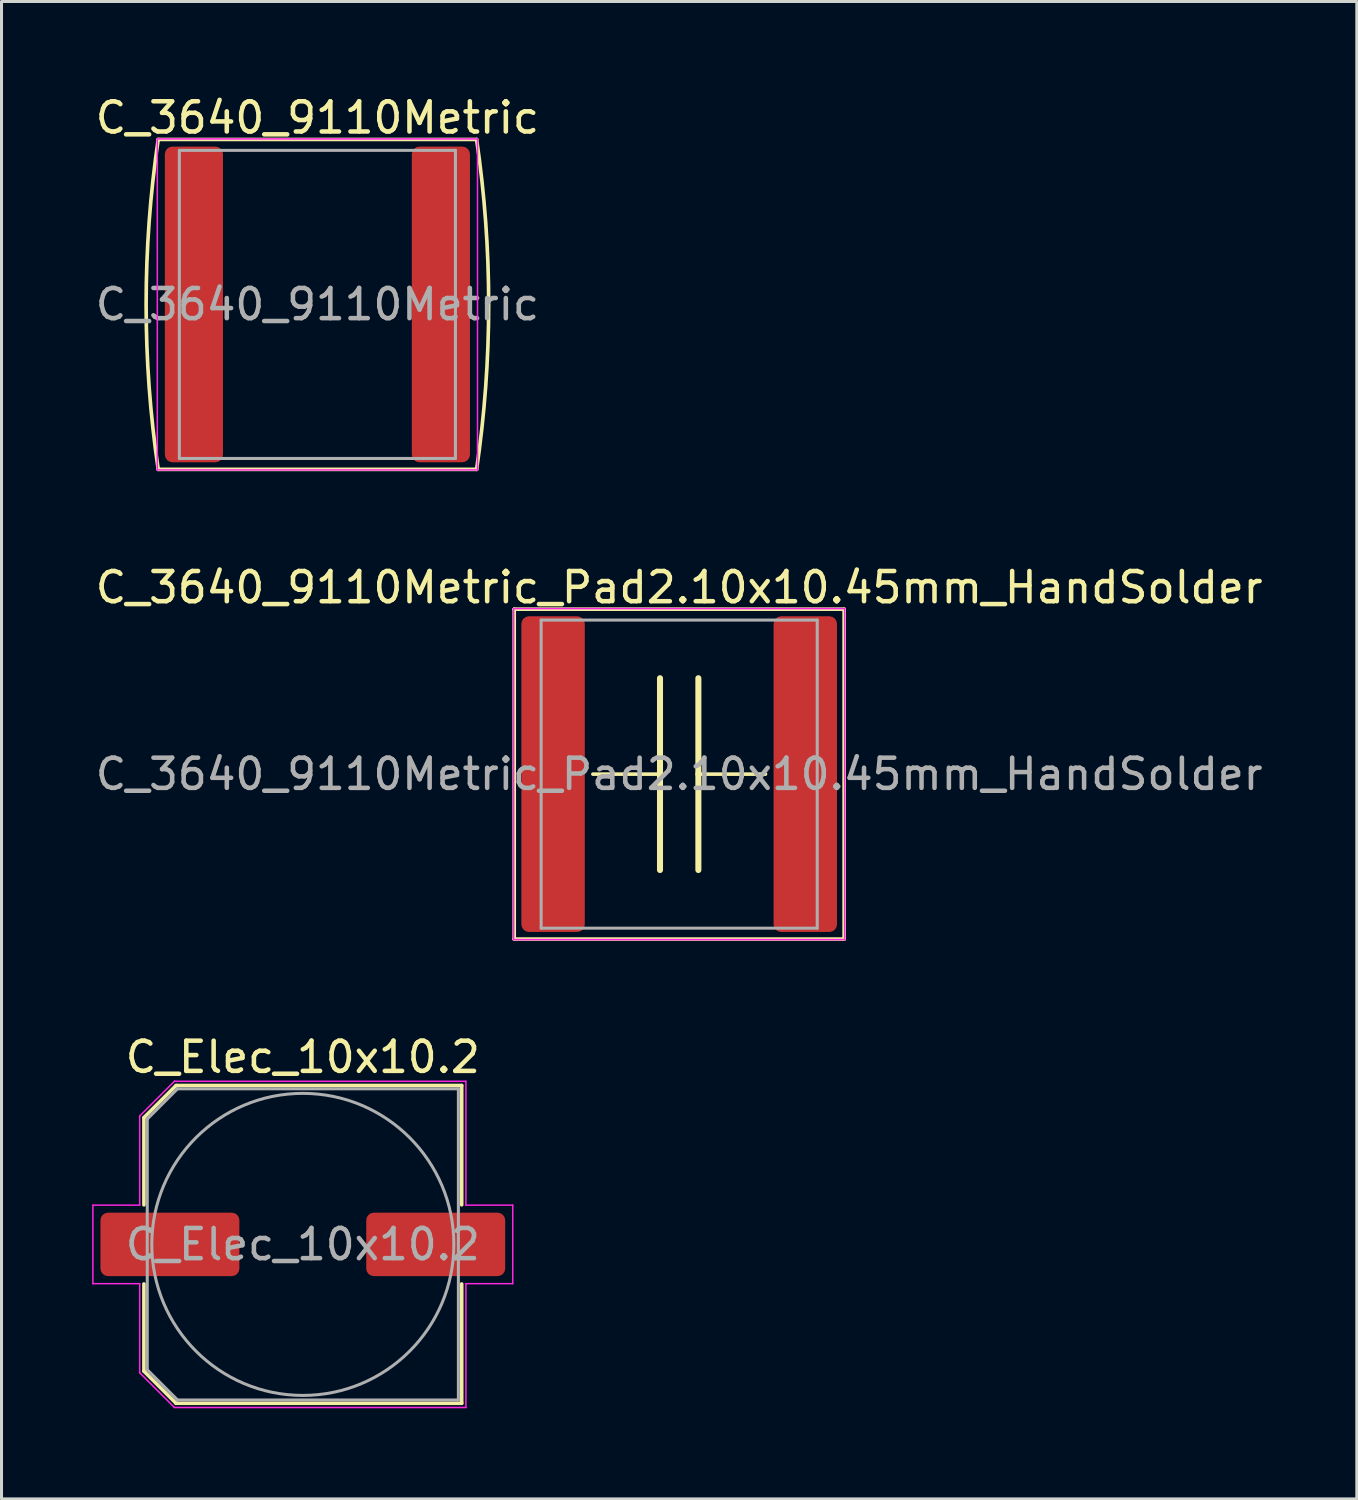
<source format=kicad_pcb>
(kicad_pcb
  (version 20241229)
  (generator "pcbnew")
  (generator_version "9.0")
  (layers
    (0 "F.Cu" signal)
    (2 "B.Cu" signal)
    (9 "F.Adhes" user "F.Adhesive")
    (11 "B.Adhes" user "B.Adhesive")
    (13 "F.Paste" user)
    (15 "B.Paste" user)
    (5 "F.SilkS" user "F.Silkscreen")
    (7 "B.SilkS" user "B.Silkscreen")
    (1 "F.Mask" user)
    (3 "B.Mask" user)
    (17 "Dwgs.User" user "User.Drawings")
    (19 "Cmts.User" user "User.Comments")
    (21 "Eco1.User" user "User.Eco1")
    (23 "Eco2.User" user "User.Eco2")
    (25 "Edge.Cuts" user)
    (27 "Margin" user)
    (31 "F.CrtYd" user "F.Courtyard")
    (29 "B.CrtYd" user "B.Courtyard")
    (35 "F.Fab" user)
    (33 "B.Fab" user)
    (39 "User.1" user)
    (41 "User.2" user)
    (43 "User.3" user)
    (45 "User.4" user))
  (footprint "C_Elec_10x10.2"
    (layer "F.Cu")
    (at 6.975 38.147)
    (property "Reference" "C_Elec_10x10.2" (at 0 -6.2 0) (layer "F.SilkS") (effects (font (size 1 1) (thickness 0.15))))
    (attr smd)
    (fp_line (start -5.26 -4.196) (end -5.26 -1.31) (stroke (width 0.12) (type solid)) (layer "F.SilkS"))
    (fp_line (start -5.26 -4.196) (end -4.196 -5.26) (stroke (width 0.12) (type solid)) (layer "F.SilkS"))
    (fp_line (start -5.26 4.196) (end -5.26 1.31) (stroke (width 0.12) (type solid)) (layer "F.SilkS"))
    (fp_line (start -5.26 4.196) (end -4.196 5.26) (stroke (width 0.12) (type solid)) (layer "F.SilkS"))
    (fp_line (start -4.196 -5.26) (end 5.26 -5.26) (stroke (width 0.12) (type solid)) (layer "F.SilkS"))
    (fp_line (start -4.196 5.26) (end 5.26 5.26) (stroke (width 0.12) (type solid)) (layer "F.SilkS"))
    (fp_line (start 5.26 -5.26) (end 5.26 -1.31) (stroke (width 0.12) (type solid)) (layer "F.SilkS"))
    (fp_line (start 5.26 5.26) (end 5.26 1.31) (stroke (width 0.12) (type solid)) (layer "F.SilkS"))
    (fp_line (start -6.95 -1.3) (end -6.95 1.3) (stroke (width 0.05) (type solid)) (layer "F.CrtYd"))
    (fp_line (start -6.95 1.3) (end -5.4 1.3) (stroke (width 0.05) (type solid)) (layer "F.CrtYd"))
    (fp_line (start -5.4 -4.25) (end -5.4 -1.3) (stroke (width 0.05) (type solid)) (layer "F.CrtYd"))
    (fp_line (start -5.4 -4.25) (end -4.25 -5.4) (stroke (width 0.05) (type solid)) (layer "F.CrtYd"))
    (fp_line (start -5.4 -1.3) (end -6.95 -1.3) (stroke (width 0.05) (type solid)) (layer "F.CrtYd"))
    (fp_line (start -5.4 1.3) (end -5.4 4.25) (stroke (width 0.05) (type solid)) (layer "F.CrtYd"))
    (fp_line (start -5.4 4.25) (end -4.25 5.4) (stroke (width 0.05) (type solid)) (layer "F.CrtYd"))
    (fp_line (start -4.25 -5.4) (end 5.4 -5.4) (stroke (width 0.05) (type solid)) (layer "F.CrtYd"))
    (fp_line (start -4.25 5.4) (end 5.4 5.4) (stroke (width 0.05) (type solid)) (layer "F.CrtYd"))
    (fp_line (start 5.4 -5.4) (end 5.4 -1.3) (stroke (width 0.05) (type solid)) (layer "F.CrtYd"))
    (fp_line (start 5.4 -1.3) (end 6.95 -1.3) (stroke (width 0.05) (type solid)) (layer "F.CrtYd"))
    (fp_line (start 5.4 1.3) (end 5.4 5.4) (stroke (width 0.05) (type solid)) (layer "F.CrtYd"))
    (fp_line (start 6.95 -1.3) (end 6.95 1.3) (stroke (width 0.05) (type solid)) (layer "F.CrtYd"))
    (fp_line (start 6.95 1.3) (end 5.4 1.3) (stroke (width 0.05) (type solid)) (layer "F.CrtYd"))
    (fp_line (start -5.15 -4.15) (end -5.15 4.15) (stroke (width 0.1) (type solid)) (layer "F.Fab"))
    (fp_line (start -5.15 -4.15) (end -4.15 -5.15) (stroke (width 0.1) (type solid)) (layer "F.Fab"))
    (fp_line (start -5.15 4.15) (end -4.15 5.15) (stroke (width 0.1) (type solid)) (layer "F.Fab"))
    (fp_line (start -4.15 -5.15) (end 5.15 -5.15) (stroke (width 0.1) (type solid)) (layer "F.Fab"))
    (fp_line (start -4.15 5.15) (end 5.15 5.15) (stroke (width 0.1) (type solid)) (layer "F.Fab"))
    (fp_line (start 5.15 -5.15) (end 5.15 5.15) (stroke (width 0.1) (type solid)) (layer "F.Fab"))
    (fp_circle (center 0 0) (end 5 0) (stroke (width 0.1) (type solid)) (fill no) (layer "F.Fab"))
    (fp_text user "${REFERENCE}" (at 0 0 0) (layer "F.Fab") (effects (font (size 1 1) (thickness 0.15))))
    (pad "1" smd roundrect (at -4.4 0) (size 4.6 2.1) (layers "F.Cu" "F.Mask" "F.Paste") (roundrect_rratio 0.119))
    (pad "2" smd roundrect (at 4.4 0) (size 4.6 2.1) (layers "F.Cu" "F.Mask" "F.Paste") (roundrect_rratio 0.119)))
  (footprint "C_3640_9110Metric_Pad2.10x10.45mm_HandSolder"
    (layer "F.Cu")
    (at 19.435 22.578)
    (property "Reference" "C_3640_9110Metric_Pad2.10x10.45mm_HandSolder" (at 0 -6.18 0) (layer "F.SilkS") (effects (font (size 1 1) (thickness 0.15))))
    (attr smd)
    (fp_line (start -5.461 -5.461) (end -5.461 5.461) (stroke (width 0.12) (type solid)) (layer "F.SilkS"))
    (fp_line (start -5.461 5.461) (end 5.461 5.461) (stroke (width 0.12) (type solid)) (layer "F.SilkS"))
    (fp_line (start -0.635 -3.175) (end -0.635 0) (stroke (width 0.2) (type solid)) (layer "F.SilkS"))
    (fp_line (start -0.635 0) (end -2.857 0) (stroke (width 0.12) (type solid)) (layer "F.SilkS"))
    (fp_line (start -0.635 3.175) (end -0.635 0) (stroke (width 0.2) (type solid)) (layer "F.SilkS"))
    (fp_line (start 0.635 -3.175) (end 0.635 0) (stroke (width 0.2) (type solid)) (layer "F.SilkS"))
    (fp_line (start 0.635 0) (end 2.857 0) (stroke (width 0.12) (type solid)) (layer "F.SilkS"))
    (fp_line (start 0.635 3.175) (end 0.635 0) (stroke (width 0.2) (type solid)) (layer "F.SilkS"))
    (fp_line (start 5.461 -5.461) (end -5.461 -5.461) (stroke (width 0.12) (type solid)) (layer "F.SilkS"))
    (fp_line (start 5.461 5.461) (end 5.461 -5.461) (stroke (width 0.12) (type solid)) (layer "F.SilkS"))
    (fp_line (start -5.48 -5.48) (end 5.48 -5.48) (stroke (width 0.05) (type solid)) (layer "F.CrtYd"))
    (fp_line (start -5.48 5.48) (end -5.48 -5.48) (stroke (width 0.05) (type solid)) (layer "F.CrtYd"))
    (fp_line (start 5.48 -5.48) (end 5.48 5.48) (stroke (width 0.05) (type solid)) (layer "F.CrtYd"))
    (fp_line (start 5.48 5.48) (end -5.48 5.48) (stroke (width 0.05) (type solid)) (layer "F.CrtYd"))
    (fp_line (start -4.57 -5.1) (end 4.57 -5.1) (stroke (width 0.1) (type solid)) (layer "F.Fab"))
    (fp_line (start -4.57 5.1) (end -4.57 -5.1) (stroke (width 0.1) (type solid)) (layer "F.Fab"))
    (fp_line (start 4.57 -5.1) (end 4.57 5.1) (stroke (width 0.1) (type solid)) (layer "F.Fab"))
    (fp_line (start 4.57 5.1) (end -4.57 5.1) (stroke (width 0.1) (type solid)) (layer "F.Fab"))
    (fp_text user "${REFERENCE}" (at 0 0 0) (layer "F.Fab") (effects (font (size 1 1) (thickness 0.15))))
    (pad "1" smd roundrect (at -4.175 0) (size 2.1 10.45) (layers "F.Cu" "F.Mask" "F.Paste") (roundrect_rratio 0.119))
    (pad "2" smd roundrect (at 4.175 0) (size 2.1 10.45) (layers "F.Cu" "F.Mask" "F.Paste") (roundrect_rratio 0.119)))
  (footprint "C_3640_9110Metric"
    (layer "F.Cu")
    (at 7.458 7.028)
    (property "Reference" "C_3640_9110Metric" (at 0 -6.18 0) (layer "F.SilkS") (effects (font (size 1 1) (thickness 0.15))))
    (attr smd)
    (fp_line (start -5.271 5.461) (end 5.271 5.461) (stroke (width 0.12) (type solid)) (layer "F.SilkS"))
    (fp_line (start 5.271 -5.461) (end -5.271 -5.461) (stroke (width 0.12) (type solid)) (layer "F.SilkS"))
    (fp_arc (start -5.2705 5.461) (mid -5.670438 0) (end -5.2705 -5.461) (stroke (width 0.12) (type solid)) (layer "F.SilkS"))
    (fp_arc (start 5.2705 -5.461) (mid 5.670438 0) (end 5.2705 5.461) (stroke (width 0.12) (type solid)) (layer "F.SilkS"))
    (fp_line (start -5.3 -5.48) (end 5.3 -5.48) (stroke (width 0.05) (type solid)) (layer "F.CrtYd"))
    (fp_line (start -5.3 5.48) (end -5.3 -5.48) (stroke (width 0.05) (type solid)) (layer "F.CrtYd"))
    (fp_line (start 5.3 -5.48) (end 5.3 5.48) (stroke (width 0.05) (type solid)) (layer "F.CrtYd"))
    (fp_line (start 5.3 5.48) (end -5.3 5.48) (stroke (width 0.05) (type solid)) (layer "F.CrtYd"))
    (fp_line (start -4.57 -5.1) (end 4.57 -5.1) (stroke (width 0.1) (type solid)) (layer "F.Fab"))
    (fp_line (start -4.57 5.1) (end -4.57 -5.1) (stroke (width 0.1) (type solid)) (layer "F.Fab"))
    (fp_line (start 4.57 -5.1) (end 4.57 5.1) (stroke (width 0.1) (type solid)) (layer "F.Fab"))
    (fp_line (start 4.57 5.1) (end -4.57 5.1) (stroke (width 0.1) (type solid)) (layer "F.Fab"))
    (fp_text user "${REFERENCE}" (at 0 0 0) (layer "F.Fab") (effects (font (size 1 1) (thickness 0.15))))
    (pad "1" smd roundrect (at -4.088 0) (size 1.925 10.45) (layers "F.Cu" "F.Mask" "F.Paste") (roundrect_rratio 0.13))
    (pad "2" smd roundrect (at 4.088 0) (size 1.925 10.45) (layers "F.Cu" "F.Mask" "F.Paste") (roundrect_rratio 0.13)))
  (gr_rect
    (start -3 -3)
    (end 41.869 46.572)
    (stroke (width 0.1) (type default))
    (fill no)
    (layer "Edge.Cuts")))
</source>
